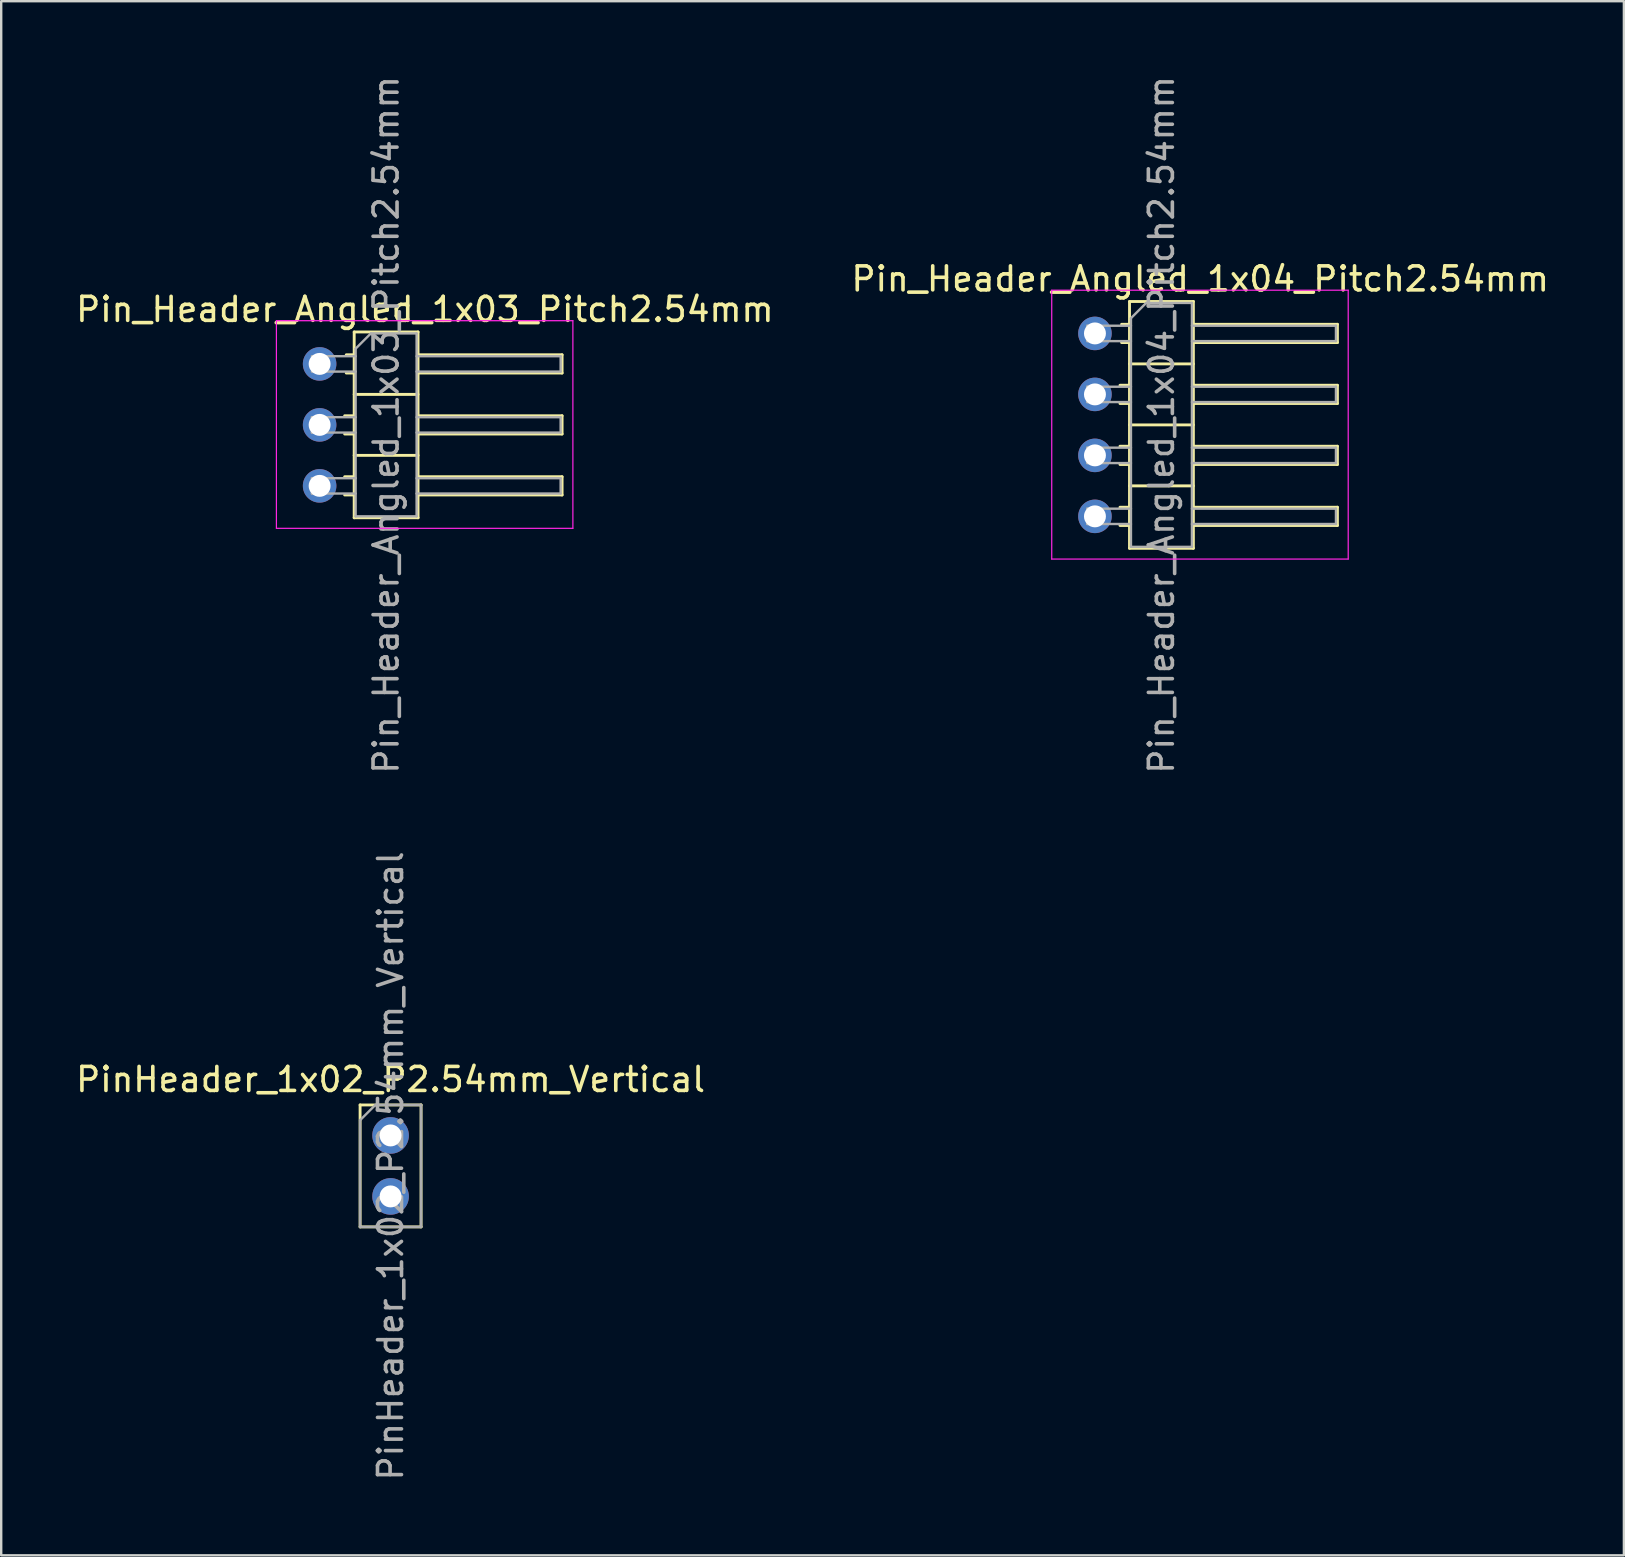
<source format=kicad_pcb>
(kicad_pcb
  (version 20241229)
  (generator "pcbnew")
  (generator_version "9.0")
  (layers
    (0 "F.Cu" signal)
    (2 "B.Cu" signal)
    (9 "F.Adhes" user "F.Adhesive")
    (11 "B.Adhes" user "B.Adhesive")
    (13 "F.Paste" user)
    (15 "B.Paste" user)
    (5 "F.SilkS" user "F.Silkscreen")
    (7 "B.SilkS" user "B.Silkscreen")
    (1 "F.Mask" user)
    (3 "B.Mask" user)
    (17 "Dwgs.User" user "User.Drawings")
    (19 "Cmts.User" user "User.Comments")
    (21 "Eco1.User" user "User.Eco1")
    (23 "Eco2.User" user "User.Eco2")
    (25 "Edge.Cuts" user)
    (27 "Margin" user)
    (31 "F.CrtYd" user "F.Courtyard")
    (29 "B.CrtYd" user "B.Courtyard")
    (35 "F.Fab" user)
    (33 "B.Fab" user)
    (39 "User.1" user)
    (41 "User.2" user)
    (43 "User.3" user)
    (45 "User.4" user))
  (footprint "PinHeader_1x02_P2.54mm_Vertical"
    (layer "F.Cu")
    (at 13.22 44.248)
    (property "Reference" "PinHeader_1x02_P2.54mm_Vertical" (at 0 -2.33 0) (layer "F.SilkS") (effects (font (size 1 1) (thickness 0.15))))
    (attr through_hole)
    (fp_line (start -1.27 -1.27) (end -1.27 3.81) (stroke (width 0.12) (type solid)) (layer "F.SilkS"))
    (fp_line (start -1.27 3.81) (end 1.27 3.81) (stroke (width 0.12) (type solid)) (layer "F.SilkS"))
    (fp_line (start 1.27 -1.27) (end -1.27 -1.27) (stroke (width 0.12) (type solid)) (layer "F.SilkS"))
    (fp_line (start 1.27 3.81) (end 1.27 -1.27) (stroke (width 0.12) (type solid)) (layer "F.SilkS"))
    (fp_line (start -1.27 -0.635) (end -0.635 -1.27) (stroke (width 0.1) (type solid)) (layer "F.Fab"))
    (fp_line (start -1.27 3.81) (end -1.27 -0.635) (stroke (width 0.1) (type solid)) (layer "F.Fab"))
    (fp_line (start -0.635 -1.27) (end 1.27 -1.27) (stroke (width 0.1) (type solid)) (layer "F.Fab"))
    (fp_line (start 1.27 -1.27) (end 1.27 3.81) (stroke (width 0.1) (type solid)) (layer "F.Fab"))
    (fp_line (start 1.27 3.81) (end -1.27 3.81) (stroke (width 0.1) (type solid)) (layer "F.Fab"))
    (fp_text user "${REFERENCE}" (at 0 1.27 90) (layer "F.Fab") (effects (font (size 1 1) (thickness 0.15))))
    (pad "1" thru_hole circle (at 0 0) (size 1.524 1.524) (drill 0.914) (layers "*.Cu" "*.Mask"))
    (pad "2" thru_hole circle (at 0 2.54) (size 1.524 1.524) (drill 0.914) (layers "*.Cu" "*.Mask")))
  (footprint "Pin_Header_Angled_1x03_Pitch2.54mm"
    (layer "F.Cu")
    (at 10.264 12.109)
    (property "Reference" "Pin_Header_Angled_1x03_Pitch2.54mm" (at 4.385 -2.27 0) (layer "F.SilkS") (effects (font (size 1 1) (thickness 0.15))))
    (attr through_hole)
    (fp_line (start 1.043 2.16) (end 1.44 2.16) (stroke (width 0.12) (type solid)) (layer "F.SilkS"))
    (fp_line (start 1.043 2.92) (end 1.44 2.92) (stroke (width 0.12) (type solid)) (layer "F.SilkS"))
    (fp_line (start 1.043 4.7) (end 1.44 4.7) (stroke (width 0.12) (type solid)) (layer "F.SilkS"))
    (fp_line (start 1.043 5.46) (end 1.44 5.46) (stroke (width 0.12) (type solid)) (layer "F.SilkS"))
    (fp_line (start 1.11 -0.38) (end 1.44 -0.38) (stroke (width 0.12) (type solid)) (layer "F.SilkS"))
    (fp_line (start 1.11 0.38) (end 1.44 0.38) (stroke (width 0.12) (type solid)) (layer "F.SilkS"))
    (fp_line (start 1.44 -1.33) (end 1.44 6.41) (stroke (width 0.12) (type solid)) (layer "F.SilkS"))
    (fp_line (start 1.44 1.27) (end 4.1 1.27) (stroke (width 0.12) (type solid)) (layer "F.SilkS"))
    (fp_line (start 1.44 3.81) (end 4.1 3.81) (stroke (width 0.12) (type solid)) (layer "F.SilkS"))
    (fp_line (start 1.44 6.41) (end 4.1 6.41) (stroke (width 0.12) (type solid)) (layer "F.SilkS"))
    (fp_line (start 4.1 -1.33) (end 1.44 -1.33) (stroke (width 0.12) (type solid)) (layer "F.SilkS"))
    (fp_line (start 4.1 -0.38) (end 10.1 -0.38) (stroke (width 0.12) (type solid)) (layer "F.SilkS"))
    (fp_line (start 4.1 2.16) (end 10.1 2.16) (stroke (width 0.12) (type solid)) (layer "F.SilkS"))
    (fp_line (start 4.1 4.7) (end 10.1 4.7) (stroke (width 0.12) (type solid)) (layer "F.SilkS"))
    (fp_line (start 4.1 6.41) (end 4.1 -1.33) (stroke (width 0.12) (type solid)) (layer "F.SilkS"))
    (fp_line (start 10.1 -0.38) (end 10.1 0.38) (stroke (width 0.12) (type solid)) (layer "F.SilkS"))
    (fp_line (start 10.1 0.38) (end 4.1 0.38) (stroke (width 0.12) (type solid)) (layer "F.SilkS"))
    (fp_line (start 10.1 2.16) (end 10.1 2.92) (stroke (width 0.12) (type solid)) (layer "F.SilkS"))
    (fp_line (start 10.1 2.92) (end 4.1 2.92) (stroke (width 0.12) (type solid)) (layer "F.SilkS"))
    (fp_line (start 10.1 4.7) (end 10.1 5.46) (stroke (width 0.12) (type solid)) (layer "F.SilkS"))
    (fp_line (start 10.1 5.46) (end 4.1 5.46) (stroke (width 0.12) (type solid)) (layer "F.SilkS"))
    (fp_poly (pts (xy 0.318 0.318) (xy -0.318 0.318) (xy -0.318 -0.318) (xy 0.318 -0.318)) (stroke (width 0.003) (type solid)) (fill no) (layer "Dwgs.User"))
    (fp_line (start -1.8 -1.8) (end -1.8 6.85) (stroke (width 0.05) (type solid)) (layer "F.CrtYd"))
    (fp_line (start -1.8 6.85) (end 10.55 6.85) (stroke (width 0.05) (type solid)) (layer "F.CrtYd"))
    (fp_line (start 10.55 -1.8) (end -1.8 -1.8) (stroke (width 0.05) (type solid)) (layer "F.CrtYd"))
    (fp_line (start 10.55 6.85) (end 10.55 -1.8) (stroke (width 0.05) (type solid)) (layer "F.CrtYd"))
    (fp_line (start -0.32 -0.32) (end 1.5 -0.32) (stroke (width 0.1) (type solid)) (layer "F.Fab"))
    (fp_line (start -0.32 0.32) (end 1.5 0.32) (stroke (width 0.1) (type solid)) (layer "F.Fab"))
    (fp_line (start -0.32 2.22) (end -0.32 2.86) (stroke (width 0.1) (type solid)) (layer "F.Fab"))
    (fp_line (start -0.32 2.22) (end 1.5 2.22) (stroke (width 0.1) (type solid)) (layer "F.Fab"))
    (fp_line (start -0.32 2.86) (end 1.5 2.86) (stroke (width 0.1) (type solid)) (layer "F.Fab"))
    (fp_line (start -0.32 4.76) (end -0.32 5.4) (stroke (width 0.1) (type solid)) (layer "F.Fab"))
    (fp_line (start -0.32 4.76) (end 1.5 4.76) (stroke (width 0.1) (type solid)) (layer "F.Fab"))
    (fp_line (start -0.32 5.4) (end 1.5 5.4) (stroke (width 0.1) (type solid)) (layer "F.Fab"))
    (fp_line (start 1.5 -0.635) (end 2.135 -1.27) (stroke (width 0.1) (type solid)) (layer "F.Fab"))
    (fp_line (start 1.5 6.35) (end 1.5 -0.635) (stroke (width 0.1) (type solid)) (layer "F.Fab"))
    (fp_line (start 2.135 -1.27) (end 4.04 -1.27) (stroke (width 0.1) (type solid)) (layer "F.Fab"))
    (fp_line (start 4.04 -1.27) (end 4.04 6.35) (stroke (width 0.1) (type solid)) (layer "F.Fab"))
    (fp_line (start 4.04 -0.32) (end 10.04 -0.32) (stroke (width 0.1) (type solid)) (layer "F.Fab"))
    (fp_line (start 4.04 0.32) (end 10.04 0.32) (stroke (width 0.1) (type solid)) (layer "F.Fab"))
    (fp_line (start 4.04 2.22) (end 10.04 2.22) (stroke (width 0.1) (type solid)) (layer "F.Fab"))
    (fp_line (start 4.04 2.86) (end 10.04 2.86) (stroke (width 0.1) (type solid)) (layer "F.Fab"))
    (fp_line (start 4.04 4.76) (end 10.04 4.76) (stroke (width 0.1) (type solid)) (layer "F.Fab"))
    (fp_line (start 4.04 5.4) (end 10.04 5.4) (stroke (width 0.1) (type solid)) (layer "F.Fab"))
    (fp_line (start 4.04 6.35) (end 1.5 6.35) (stroke (width 0.1) (type solid)) (layer "F.Fab"))
    (fp_line (start 10.04 -0.32) (end 10.04 0.32) (stroke (width 0.1) (type solid)) (layer "F.Fab"))
    (fp_line (start 10.04 2.22) (end 10.04 2.86) (stroke (width 0.1) (type solid)) (layer "F.Fab"))
    (fp_line (start 10.04 4.76) (end 10.04 5.4) (stroke (width 0.1) (type solid)) (layer "F.Fab"))
    (fp_text user "${REFERENCE}" (at 2.77 2.54 90) (layer "F.Fab") (effects (font (size 1 1) (thickness 0.15))))
    (pad "1" thru_hole circle (at 0 0) (size 1.397 1.397) (drill 0.914) (layers "*.Cu" "*.Mask"))
    (pad "2" thru_hole circle (at 0 2.54) (size 1.397 1.397) (drill 0.914) (layers "*.Cu" "*.Mask"))
    (pad "3" thru_hole circle (at 0 5.08) (size 1.397 1.397) (drill 0.914) (layers "*.Cu" "*.Mask")))
  (footprint "Pin_Header_Angled_1x04_Pitch2.54mm"
    (layer "F.Cu")
    (at 42.561 10.839)
    (property "Reference" "Pin_Header_Angled_1x04_Pitch2.54mm" (at 4.385 -2.27 0) (layer "F.SilkS") (effects (font (size 1 1) (thickness 0.15))))
    (attr through_hole)
    (fp_line (start 1.043 2.16) (end 1.44 2.16) (stroke (width 0.12) (type solid)) (layer "F.SilkS"))
    (fp_line (start 1.043 2.92) (end 1.44 2.92) (stroke (width 0.12) (type solid)) (layer "F.SilkS"))
    (fp_line (start 1.043 4.7) (end 1.44 4.7) (stroke (width 0.12) (type solid)) (layer "F.SilkS"))
    (fp_line (start 1.043 5.46) (end 1.44 5.46) (stroke (width 0.12) (type solid)) (layer "F.SilkS"))
    (fp_line (start 1.043 7.24) (end 1.44 7.24) (stroke (width 0.12) (type solid)) (layer "F.SilkS"))
    (fp_line (start 1.043 8) (end 1.44 8) (stroke (width 0.12) (type solid)) (layer "F.SilkS"))
    (fp_line (start 1.11 -0.38) (end 1.44 -0.38) (stroke (width 0.12) (type solid)) (layer "F.SilkS"))
    (fp_line (start 1.11 0.38) (end 1.44 0.38) (stroke (width 0.12) (type solid)) (layer "F.SilkS"))
    (fp_line (start 1.44 -1.33) (end 1.44 8.95) (stroke (width 0.12) (type solid)) (layer "F.SilkS"))
    (fp_line (start 1.44 1.27) (end 4.1 1.27) (stroke (width 0.12) (type solid)) (layer "F.SilkS"))
    (fp_line (start 1.44 3.81) (end 4.1 3.81) (stroke (width 0.12) (type solid)) (layer "F.SilkS"))
    (fp_line (start 1.44 6.35) (end 4.1 6.35) (stroke (width 0.12) (type solid)) (layer "F.SilkS"))
    (fp_line (start 1.44 8.95) (end 4.1 8.95) (stroke (width 0.12) (type solid)) (layer "F.SilkS"))
    (fp_line (start 4.1 -1.33) (end 1.44 -1.33) (stroke (width 0.12) (type solid)) (layer "F.SilkS"))
    (fp_line (start 4.1 -0.38) (end 10.1 -0.38) (stroke (width 0.12) (type solid)) (layer "F.SilkS"))
    (fp_line (start 4.1 2.16) (end 10.1 2.16) (stroke (width 0.12) (type solid)) (layer "F.SilkS"))
    (fp_line (start 4.1 4.7) (end 10.1 4.7) (stroke (width 0.12) (type solid)) (layer "F.SilkS"))
    (fp_line (start 4.1 7.24) (end 10.1 7.24) (stroke (width 0.12) (type solid)) (layer "F.SilkS"))
    (fp_line (start 4.1 8.95) (end 4.1 -1.33) (stroke (width 0.12) (type solid)) (layer "F.SilkS"))
    (fp_line (start 10.1 -0.38) (end 10.1 0.38) (stroke (width 0.12) (type solid)) (layer "F.SilkS"))
    (fp_line (start 10.1 0.38) (end 4.1 0.38) (stroke (width 0.12) (type solid)) (layer "F.SilkS"))
    (fp_line (start 10.1 2.16) (end 10.1 2.92) (stroke (width 0.12) (type solid)) (layer "F.SilkS"))
    (fp_line (start 10.1 2.92) (end 4.1 2.92) (stroke (width 0.12) (type solid)) (layer "F.SilkS"))
    (fp_line (start 10.1 4.7) (end 10.1 5.46) (stroke (width 0.12) (type solid)) (layer "F.SilkS"))
    (fp_line (start 10.1 5.46) (end 4.1 5.46) (stroke (width 0.12) (type solid)) (layer "F.SilkS"))
    (fp_line (start 10.1 7.24) (end 10.1 8) (stroke (width 0.12) (type solid)) (layer "F.SilkS"))
    (fp_line (start 10.1 8) (end 4.1 8) (stroke (width 0.12) (type solid)) (layer "F.SilkS"))
    (fp_line (start -1.8 -1.8) (end -1.8 9.4) (stroke (width 0.05) (type solid)) (layer "F.CrtYd"))
    (fp_line (start -1.8 9.4) (end 10.55 9.4) (stroke (width 0.05) (type solid)) (layer "F.CrtYd"))
    (fp_line (start 10.55 -1.8) (end -1.8 -1.8) (stroke (width 0.05) (type solid)) (layer "F.CrtYd"))
    (fp_line (start 10.55 9.4) (end 10.55 -1.8) (stroke (width 0.05) (type solid)) (layer "F.CrtYd"))
    (fp_line (start -0.32 -0.32) (end -0.32 0.32) (stroke (width 0.1) (type solid)) (layer "F.Fab"))
    (fp_line (start -0.32 -0.32) (end 1.5 -0.32) (stroke (width 0.1) (type solid)) (layer "F.Fab"))
    (fp_line (start -0.32 0.32) (end 1.5 0.32) (stroke (width 0.1) (type solid)) (layer "F.Fab"))
    (fp_line (start -0.32 2.22) (end -0.32 2.86) (stroke (width 0.1) (type solid)) (layer "F.Fab"))
    (fp_line (start -0.32 2.22) (end 1.5 2.22) (stroke (width 0.1) (type solid)) (layer "F.Fab"))
    (fp_line (start -0.32 2.86) (end 1.5 2.86) (stroke (width 0.1) (type solid)) (layer "F.Fab"))
    (fp_line (start -0.32 4.76) (end -0.32 5.4) (stroke (width 0.1) (type solid)) (layer "F.Fab"))
    (fp_line (start -0.32 4.76) (end 1.5 4.76) (stroke (width 0.1) (type solid)) (layer "F.Fab"))
    (fp_line (start -0.32 5.4) (end 1.5 5.4) (stroke (width 0.1) (type solid)) (layer "F.Fab"))
    (fp_line (start -0.32 7.3) (end -0.32 7.94) (stroke (width 0.1) (type solid)) (layer "F.Fab"))
    (fp_line (start -0.32 7.3) (end 1.5 7.3) (stroke (width 0.1) (type solid)) (layer "F.Fab"))
    (fp_line (start -0.32 7.94) (end 1.5 7.94) (stroke (width 0.1) (type solid)) (layer "F.Fab"))
    (fp_line (start 1.5 -0.635) (end 2.135 -1.27) (stroke (width 0.1) (type solid)) (layer "F.Fab"))
    (fp_line (start 1.5 8.89) (end 1.5 -0.635) (stroke (width 0.1) (type solid)) (layer "F.Fab"))
    (fp_line (start 2.135 -1.27) (end 4.04 -1.27) (stroke (width 0.1) (type solid)) (layer "F.Fab"))
    (fp_line (start 4.04 -1.27) (end 4.04 8.89) (stroke (width 0.1) (type solid)) (layer "F.Fab"))
    (fp_line (start 4.04 -0.32) (end 10.04 -0.32) (stroke (width 0.1) (type solid)) (layer "F.Fab"))
    (fp_line (start 4.04 0.32) (end 10.04 0.32) (stroke (width 0.1) (type solid)) (layer "F.Fab"))
    (fp_line (start 4.04 2.22) (end 10.04 2.22) (stroke (width 0.1) (type solid)) (layer "F.Fab"))
    (fp_line (start 4.04 2.86) (end 10.04 2.86) (stroke (width 0.1) (type solid)) (layer "F.Fab"))
    (fp_line (start 4.04 4.76) (end 10.04 4.76) (stroke (width 0.1) (type solid)) (layer "F.Fab"))
    (fp_line (start 4.04 5.4) (end 10.04 5.4) (stroke (width 0.1) (type solid)) (layer "F.Fab"))
    (fp_line (start 4.04 7.3) (end 10.04 7.3) (stroke (width 0.1) (type solid)) (layer "F.Fab"))
    (fp_line (start 4.04 7.94) (end 10.04 7.94) (stroke (width 0.1) (type solid)) (layer "F.Fab"))
    (fp_line (start 4.04 8.89) (end 1.5 8.89) (stroke (width 0.1) (type solid)) (layer "F.Fab"))
    (fp_line (start 10.04 -0.32) (end 10.04 0.32) (stroke (width 0.1) (type solid)) (layer "F.Fab"))
    (fp_line (start 10.04 2.22) (end 10.04 2.86) (stroke (width 0.1) (type solid)) (layer "F.Fab"))
    (fp_line (start 10.04 4.76) (end 10.04 5.4) (stroke (width 0.1) (type solid)) (layer "F.Fab"))
    (fp_line (start 10.04 7.3) (end 10.04 7.94) (stroke (width 0.1) (type solid)) (layer "F.Fab"))
    (fp_text user "${REFERENCE}" (at 2.77 3.81 90) (layer "F.Fab") (effects (font (size 1 1) (thickness 0.15))))
    (pad "1" thru_hole circle (at 0 0) (size 1.397 1.397) (drill 0.914) (layers "*.Cu" "*.Mask"))
    (pad "2" thru_hole circle (at 0 2.54) (size 1.397 1.397) (drill 0.914) (layers "*.Cu" "*.Mask"))
    (pad "3" thru_hole circle (at 0 5.08) (size 1.397 1.397) (drill 0.914) (layers "*.Cu" "*.Mask"))
    (pad "4" thru_hole circle (at 0 7.62) (size 1.397 1.397) (drill 0.914) (layers "*.Cu" "*.Mask")))
  (gr_rect
    (start -3 -3)
    (end 64.595 61.738)
    (stroke (width 0.1) (type default))
    (fill no)
    (layer "Edge.Cuts")))
</source>
